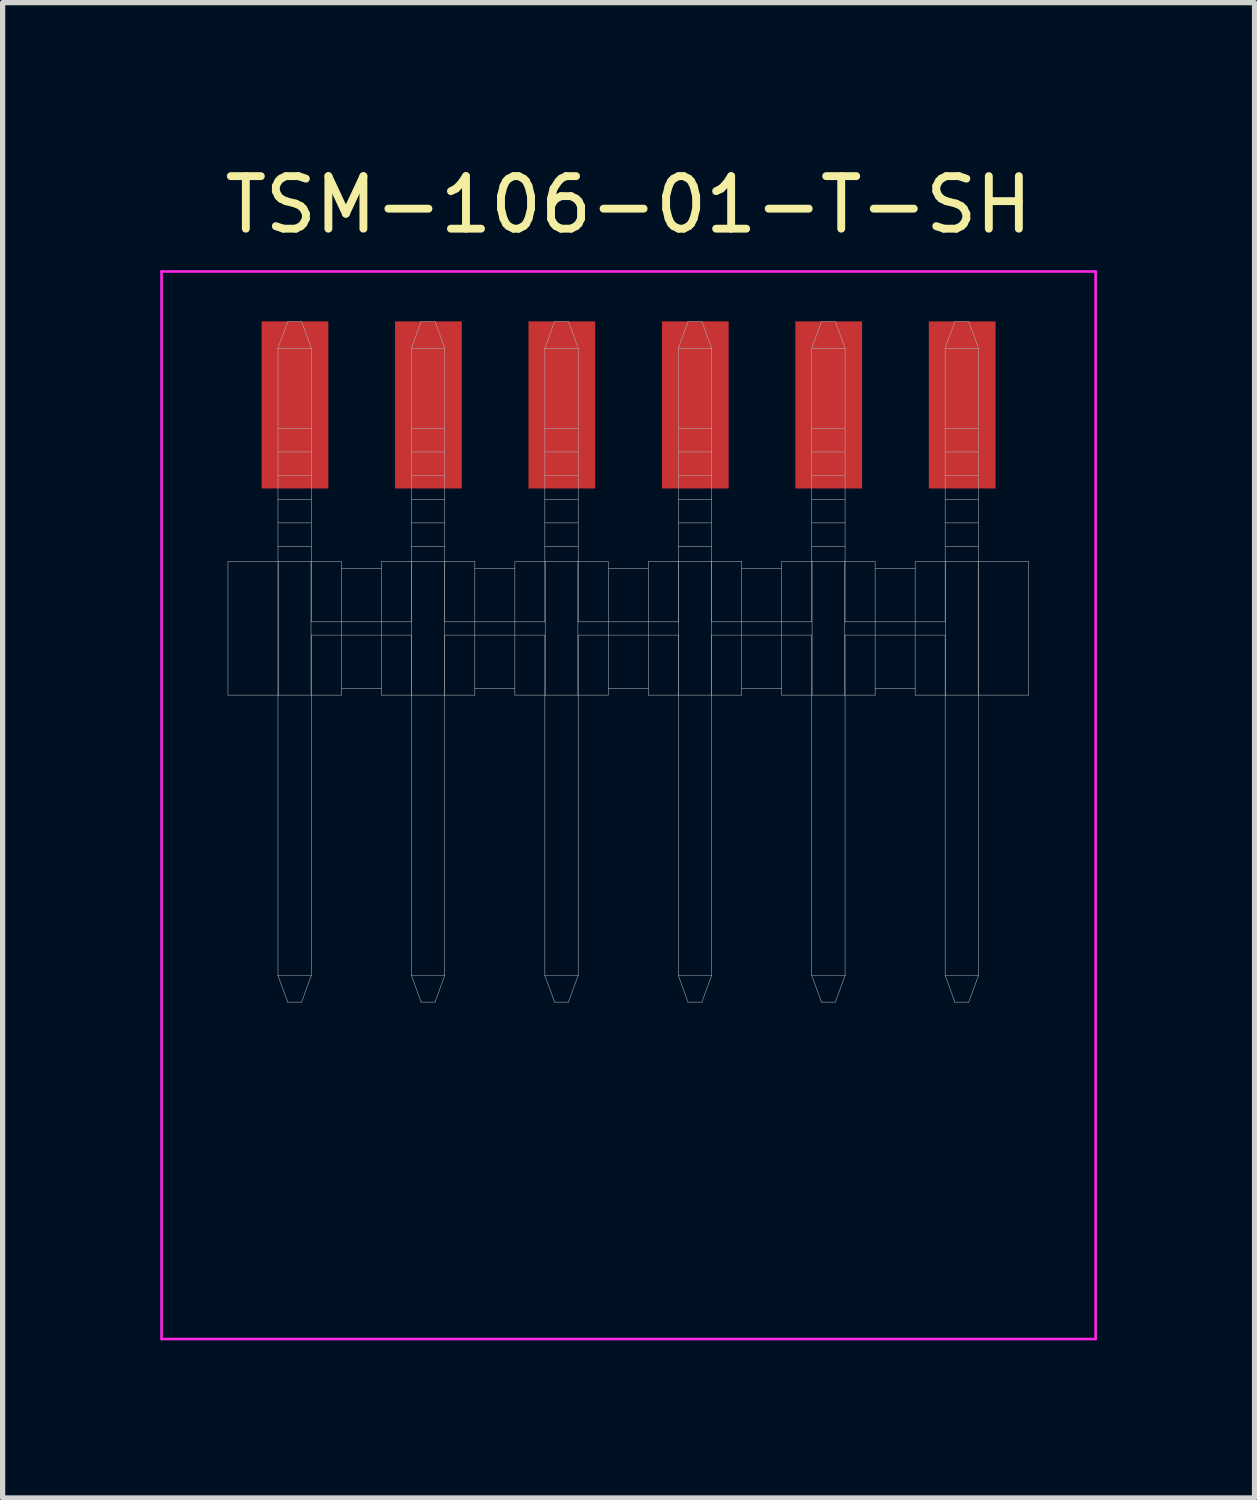
<source format=kicad_pcb>
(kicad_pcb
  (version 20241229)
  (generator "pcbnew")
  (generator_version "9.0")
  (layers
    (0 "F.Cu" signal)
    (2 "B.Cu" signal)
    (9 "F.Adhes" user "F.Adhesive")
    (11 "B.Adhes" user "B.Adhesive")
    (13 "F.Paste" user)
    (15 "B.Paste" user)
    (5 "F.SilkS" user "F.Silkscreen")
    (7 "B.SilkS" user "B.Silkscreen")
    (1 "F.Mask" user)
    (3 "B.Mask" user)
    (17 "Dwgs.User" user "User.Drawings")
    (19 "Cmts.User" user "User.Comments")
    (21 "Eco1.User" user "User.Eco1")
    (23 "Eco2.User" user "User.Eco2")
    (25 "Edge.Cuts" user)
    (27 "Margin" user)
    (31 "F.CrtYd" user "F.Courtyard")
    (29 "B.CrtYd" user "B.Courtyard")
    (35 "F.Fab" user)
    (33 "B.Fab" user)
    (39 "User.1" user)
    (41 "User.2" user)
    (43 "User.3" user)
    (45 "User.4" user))
  (footprint "TSM-106-01-T-SH"
    (layer "F.Cu")
    (at 8.915 4.658)
    (property "Reference" "TSM-106-01-T-SH" (at 0 -3.81 0) (layer "F.SilkS") (effects (font (size 1 1) (thickness 0.15))))
    (attr smd)
    (fp_line (start -8.89 -2.54) (end 8.89 -2.54) (stroke (width 0.05) (type solid)) (layer "F.CrtYd"))
    (fp_line (start -8.89 17.78) (end -8.89 -2.54) (stroke (width 0.05) (type solid)) (layer "F.CrtYd"))
    (fp_line (start 8.89 -2.54) (end 8.89 17.78) (stroke (width 0.05) (type solid)) (layer "F.CrtYd"))
    (fp_line (start 8.89 17.78) (end -8.89 17.78) (stroke (width 0.05) (type solid)) (layer "F.CrtYd"))
    (fp_line (start -7.626 5.524) (end -7.626 2.985) (stroke (width 0.01) (type solid)) (layer "F.Fab"))
    (fp_line (start -6.674 -1.079) (end -6.674 2.985) (stroke (width 0.01) (type solid)) (layer "F.Fab"))
    (fp_line (start -6.674 2.985) (end -6.674 5.524) (stroke (width 0.01) (type solid)) (layer "F.Fab"))
    (fp_line (start -6.674 5.524) (end -6.674 10.858) (stroke (width 0.01) (type solid)) (layer "F.Fab"))
    (fp_line (start -6.668 5.524) (end -6.668 2.985) (stroke (width 0.01) (type solid)) (layer "F.Fab"))
    (fp_line (start -6.489 -1.587) (end -6.674 -1.079) (stroke (width 0.01) (type solid)) (layer "F.Fab"))
    (fp_line (start -6.489 11.367) (end -6.674 10.858) (stroke (width 0.01) (type solid)) (layer "F.Fab"))
    (fp_line (start -6.224 -1.587) (end -6.489 -1.587) (stroke (width 0.01) (type solid)) (layer "F.Fab"))
    (fp_line (start -6.224 -1.587) (end -6.039 -1.079) (stroke (width 0.01) (type solid)) (layer "F.Fab"))
    (fp_line (start -6.224 11.367) (end -6.489 11.367) (stroke (width 0.01) (type solid)) (layer "F.Fab"))
    (fp_line (start -6.224 11.367) (end -6.039 10.858) (stroke (width 0.01) (type solid)) (layer "F.Fab"))
    (fp_line (start -6.045 5.524) (end -6.045 2.985) (stroke (width 0.01) (type solid)) (layer "F.Fab"))
    (fp_line (start -6.039 -1.079) (end -6.674 -1.079) (stroke (width 0.01) (type solid)) (layer "F.Fab"))
    (fp_line (start -6.039 0.445) (end -6.674 0.445) (stroke (width 0.01) (type solid)) (layer "F.Fab"))
    (fp_line (start -6.039 0.894) (end -6.674 0.894) (stroke (width 0.01) (type solid)) (layer "F.Fab"))
    (fp_line (start -6.039 1.343) (end -6.674 1.343) (stroke (width 0.01) (type solid)) (layer "F.Fab"))
    (fp_line (start -6.039 1.796) (end -6.674 1.796) (stroke (width 0.01) (type solid)) (layer "F.Fab"))
    (fp_line (start -6.039 2.245) (end -6.674 2.245) (stroke (width 0.01) (type solid)) (layer "F.Fab"))
    (fp_line (start -6.039 2.694) (end -6.674 2.694) (stroke (width 0.01) (type solid)) (layer "F.Fab"))
    (fp_line (start -6.039 2.985) (end -6.039 -1.079) (stroke (width 0.01) (type solid)) (layer "F.Fab"))
    (fp_line (start -6.039 4.128) (end -6.039 2.985) (stroke (width 0.01) (type solid)) (layer "F.Fab"))
    (fp_line (start -6.039 4.381) (end -4.134 4.381) (stroke (width 0.01) (type solid)) (layer "F.Fab"))
    (fp_line (start -6.039 5.524) (end -6.039 4.381) (stroke (width 0.01) (type solid)) (layer "F.Fab"))
    (fp_line (start -6.039 10.858) (end -6.674 10.858) (stroke (width 0.01) (type solid)) (layer "F.Fab"))
    (fp_line (start -6.039 10.858) (end -6.039 5.524) (stroke (width 0.01) (type solid)) (layer "F.Fab"))
    (fp_line (start -5.467 2.985) (end -7.626 2.985) (stroke (width 0.01) (type solid)) (layer "F.Fab"))
    (fp_line (start -5.467 2.985) (end -5.467 5.524) (stroke (width 0.01) (type solid)) (layer "F.Fab"))
    (fp_line (start -5.467 5.397) (end -4.705 5.397) (stroke (width 0.01) (type solid)) (layer "F.Fab"))
    (fp_line (start -5.467 5.524) (end -7.626 5.524) (stroke (width 0.01) (type solid)) (layer "F.Fab"))
    (fp_line (start -4.705 3.111) (end -5.467 3.111) (stroke (width 0.01) (type solid)) (layer "F.Fab"))
    (fp_line (start -4.705 5.524) (end -4.705 2.985) (stroke (width 0.01) (type solid)) (layer "F.Fab"))
    (fp_line (start -4.134 -1.079) (end -4.134 2.985) (stroke (width 0.01) (type solid)) (layer "F.Fab"))
    (fp_line (start -4.134 2.985) (end -4.134 4.128) (stroke (width 0.01) (type solid)) (layer "F.Fab"))
    (fp_line (start -4.134 4.128) (end -6.039 4.128) (stroke (width 0.01) (type solid)) (layer "F.Fab"))
    (fp_line (start -4.134 4.381) (end -4.134 5.524) (stroke (width 0.01) (type solid)) (layer "F.Fab"))
    (fp_line (start -4.134 5.524) (end -4.134 10.858) (stroke (width 0.01) (type solid)) (layer "F.Fab"))
    (fp_line (start -4.128 5.524) (end -4.128 2.985) (stroke (width 0.01) (type solid)) (layer "F.Fab"))
    (fp_line (start -3.949 -1.587) (end -4.134 -1.079) (stroke (width 0.01) (type solid)) (layer "F.Fab"))
    (fp_line (start -3.949 11.367) (end -4.134 10.858) (stroke (width 0.01) (type solid)) (layer "F.Fab"))
    (fp_line (start -3.684 -1.587) (end -3.949 -1.587) (stroke (width 0.01) (type solid)) (layer "F.Fab"))
    (fp_line (start -3.684 -1.587) (end -3.499 -1.079) (stroke (width 0.01) (type solid)) (layer "F.Fab"))
    (fp_line (start -3.684 11.367) (end -3.949 11.367) (stroke (width 0.01) (type solid)) (layer "F.Fab"))
    (fp_line (start -3.684 11.367) (end -3.499 10.858) (stroke (width 0.01) (type solid)) (layer "F.Fab"))
    (fp_line (start -3.505 5.524) (end -3.505 2.985) (stroke (width 0.01) (type solid)) (layer "F.Fab"))
    (fp_line (start -3.499 -1.079) (end -4.134 -1.079) (stroke (width 0.01) (type solid)) (layer "F.Fab"))
    (fp_line (start -3.499 0.445) (end -4.134 0.445) (stroke (width 0.01) (type solid)) (layer "F.Fab"))
    (fp_line (start -3.499 0.894) (end -4.134 0.894) (stroke (width 0.01) (type solid)) (layer "F.Fab"))
    (fp_line (start -3.499 1.343) (end -4.134 1.343) (stroke (width 0.01) (type solid)) (layer "F.Fab"))
    (fp_line (start -3.499 1.796) (end -4.134 1.796) (stroke (width 0.01) (type solid)) (layer "F.Fab"))
    (fp_line (start -3.499 2.245) (end -4.134 2.245) (stroke (width 0.01) (type solid)) (layer "F.Fab"))
    (fp_line (start -3.499 2.694) (end -4.134 2.694) (stroke (width 0.01) (type solid)) (layer "F.Fab"))
    (fp_line (start -3.499 2.985) (end -3.499 -1.079) (stroke (width 0.01) (type solid)) (layer "F.Fab"))
    (fp_line (start -3.499 4.128) (end -3.499 2.985) (stroke (width 0.01) (type solid)) (layer "F.Fab"))
    (fp_line (start -3.499 4.381) (end -1.594 4.381) (stroke (width 0.01) (type solid)) (layer "F.Fab"))
    (fp_line (start -3.499 5.524) (end -3.499 4.381) (stroke (width 0.01) (type solid)) (layer "F.Fab"))
    (fp_line (start -3.499 10.858) (end -4.134 10.858) (stroke (width 0.01) (type solid)) (layer "F.Fab"))
    (fp_line (start -3.499 10.858) (end -3.499 5.524) (stroke (width 0.01) (type solid)) (layer "F.Fab"))
    (fp_line (start -2.927 2.985) (end -4.705 2.985) (stroke (width 0.01) (type solid)) (layer "F.Fab"))
    (fp_line (start -2.927 2.985) (end -2.927 5.524) (stroke (width 0.01) (type solid)) (layer "F.Fab"))
    (fp_line (start -2.927 5.397) (end -2.165 5.397) (stroke (width 0.01) (type solid)) (layer "F.Fab"))
    (fp_line (start -2.927 5.524) (end -4.705 5.524) (stroke (width 0.01) (type solid)) (layer "F.Fab"))
    (fp_line (start -2.165 3.111) (end -2.927 3.111) (stroke (width 0.01) (type solid)) (layer "F.Fab"))
    (fp_line (start -2.165 5.524) (end -2.165 2.985) (stroke (width 0.01) (type solid)) (layer "F.Fab"))
    (fp_line (start -1.594 -1.079) (end -1.594 2.985) (stroke (width 0.01) (type solid)) (layer "F.Fab"))
    (fp_line (start -1.594 2.985) (end -1.594 4.128) (stroke (width 0.01) (type solid)) (layer "F.Fab"))
    (fp_line (start -1.594 4.128) (end -3.499 4.128) (stroke (width 0.01) (type solid)) (layer "F.Fab"))
    (fp_line (start -1.594 4.381) (end -1.594 5.524) (stroke (width 0.01) (type solid)) (layer "F.Fab"))
    (fp_line (start -1.594 5.524) (end -1.594 10.858) (stroke (width 0.01) (type solid)) (layer "F.Fab"))
    (fp_line (start -1.587 5.524) (end -1.587 2.985) (stroke (width 0.01) (type solid)) (layer "F.Fab"))
    (fp_line (start -1.409 -1.587) (end -1.594 -1.079) (stroke (width 0.01) (type solid)) (layer "F.Fab"))
    (fp_line (start -1.409 11.367) (end -1.594 10.858) (stroke (width 0.01) (type solid)) (layer "F.Fab"))
    (fp_line (start -1.144 -1.587) (end -1.409 -1.587) (stroke (width 0.01) (type solid)) (layer "F.Fab"))
    (fp_line (start -1.144 -1.587) (end -0.959 -1.079) (stroke (width 0.01) (type solid)) (layer "F.Fab"))
    (fp_line (start -1.144 11.367) (end -1.409 11.367) (stroke (width 0.01) (type solid)) (layer "F.Fab"))
    (fp_line (start -1.144 11.367) (end -0.959 10.858) (stroke (width 0.01) (type solid)) (layer "F.Fab"))
    (fp_line (start -0.965 5.524) (end -0.965 2.985) (stroke (width 0.01) (type solid)) (layer "F.Fab"))
    (fp_line (start -0.959 -1.079) (end -1.594 -1.079) (stroke (width 0.01) (type solid)) (layer "F.Fab"))
    (fp_line (start -0.959 0.445) (end -1.594 0.445) (stroke (width 0.01) (type solid)) (layer "F.Fab"))
    (fp_line (start -0.959 0.894) (end -1.594 0.894) (stroke (width 0.01) (type solid)) (layer "F.Fab"))
    (fp_line (start -0.959 1.343) (end -1.594 1.343) (stroke (width 0.01) (type solid)) (layer "F.Fab"))
    (fp_line (start -0.959 1.796) (end -1.594 1.796) (stroke (width 0.01) (type solid)) (layer "F.Fab"))
    (fp_line (start -0.959 2.245) (end -1.594 2.245) (stroke (width 0.01) (type solid)) (layer "F.Fab"))
    (fp_line (start -0.959 2.694) (end -1.594 2.694) (stroke (width 0.01) (type solid)) (layer "F.Fab"))
    (fp_line (start -0.959 2.985) (end -0.959 -1.079) (stroke (width 0.01) (type solid)) (layer "F.Fab"))
    (fp_line (start -0.959 4.128) (end -0.959 2.985) (stroke (width 0.01) (type solid)) (layer "F.Fab"))
    (fp_line (start -0.959 4.381) (end 0.946 4.381) (stroke (width 0.01) (type solid)) (layer "F.Fab"))
    (fp_line (start -0.959 5.524) (end -0.959 4.381) (stroke (width 0.01) (type solid)) (layer "F.Fab"))
    (fp_line (start -0.959 10.858) (end -1.594 10.858) (stroke (width 0.01) (type solid)) (layer "F.Fab"))
    (fp_line (start -0.959 10.858) (end -0.959 5.524) (stroke (width 0.01) (type solid)) (layer "F.Fab"))
    (fp_line (start -0.387 2.985) (end -2.165 2.985) (stroke (width 0.01) (type solid)) (layer "F.Fab"))
    (fp_line (start -0.387 2.985) (end -0.387 5.524) (stroke (width 0.01) (type solid)) (layer "F.Fab"))
    (fp_line (start -0.387 5.397) (end 0.375 5.397) (stroke (width 0.01) (type solid)) (layer "F.Fab"))
    (fp_line (start -0.387 5.524) (end -2.165 5.524) (stroke (width 0.01) (type solid)) (layer "F.Fab"))
    (fp_line (start 0.375 3.111) (end -0.387 3.111) (stroke (width 0.01) (type solid)) (layer "F.Fab"))
    (fp_line (start 0.375 5.524) (end 0.375 2.985) (stroke (width 0.01) (type solid)) (layer "F.Fab"))
    (fp_line (start 0.946 -1.079) (end 0.946 2.985) (stroke (width 0.01) (type solid)) (layer "F.Fab"))
    (fp_line (start 0.946 2.985) (end 0.946 4.128) (stroke (width 0.01) (type solid)) (layer "F.Fab"))
    (fp_line (start 0.946 4.128) (end -0.959 4.128) (stroke (width 0.01) (type solid)) (layer "F.Fab"))
    (fp_line (start 0.946 4.381) (end 0.946 5.524) (stroke (width 0.01) (type solid)) (layer "F.Fab"))
    (fp_line (start 0.946 5.524) (end 0.946 10.858) (stroke (width 0.01) (type solid)) (layer "F.Fab"))
    (fp_line (start 0.953 5.524) (end 0.953 2.985) (stroke (width 0.01) (type solid)) (layer "F.Fab"))
    (fp_line (start 1.131 -1.587) (end 0.946 -1.079) (stroke (width 0.01) (type solid)) (layer "F.Fab"))
    (fp_line (start 1.131 11.367) (end 0.946 10.858) (stroke (width 0.01) (type solid)) (layer "F.Fab"))
    (fp_line (start 1.396 -1.587) (end 1.131 -1.587) (stroke (width 0.01) (type solid)) (layer "F.Fab"))
    (fp_line (start 1.396 -1.587) (end 1.581 -1.079) (stroke (width 0.01) (type solid)) (layer "F.Fab"))
    (fp_line (start 1.396 11.367) (end 1.131 11.367) (stroke (width 0.01) (type solid)) (layer "F.Fab"))
    (fp_line (start 1.396 11.367) (end 1.581 10.858) (stroke (width 0.01) (type solid)) (layer "F.Fab"))
    (fp_line (start 1.575 5.524) (end 1.575 2.985) (stroke (width 0.01) (type solid)) (layer "F.Fab"))
    (fp_line (start 1.581 -1.079) (end 0.946 -1.079) (stroke (width 0.01) (type solid)) (layer "F.Fab"))
    (fp_line (start 1.581 0.445) (end 0.946 0.445) (stroke (width 0.01) (type solid)) (layer "F.Fab"))
    (fp_line (start 1.581 0.894) (end 0.946 0.894) (stroke (width 0.01) (type solid)) (layer "F.Fab"))
    (fp_line (start 1.581 1.343) (end 0.946 1.343) (stroke (width 0.01) (type solid)) (layer "F.Fab"))
    (fp_line (start 1.581 1.796) (end 0.946 1.796) (stroke (width 0.01) (type solid)) (layer "F.Fab"))
    (fp_line (start 1.581 2.245) (end 0.946 2.245) (stroke (width 0.01) (type solid)) (layer "F.Fab"))
    (fp_line (start 1.581 2.694) (end 0.946 2.694) (stroke (width 0.01) (type solid)) (layer "F.Fab"))
    (fp_line (start 1.581 2.985) (end 1.581 -1.079) (stroke (width 0.01) (type solid)) (layer "F.Fab"))
    (fp_line (start 1.581 4.128) (end 1.581 2.985) (stroke (width 0.01) (type solid)) (layer "F.Fab"))
    (fp_line (start 1.581 4.381) (end 3.486 4.381) (stroke (width 0.01) (type solid)) (layer "F.Fab"))
    (fp_line (start 1.581 5.524) (end 1.581 4.381) (stroke (width 0.01) (type solid)) (layer "F.Fab"))
    (fp_line (start 1.581 10.858) (end 0.946 10.858) (stroke (width 0.01) (type solid)) (layer "F.Fab"))
    (fp_line (start 1.581 10.858) (end 1.581 5.524) (stroke (width 0.01) (type solid)) (layer "F.Fab"))
    (fp_line (start 2.153 2.985) (end 0.375 2.985) (stroke (width 0.01) (type solid)) (layer "F.Fab"))
    (fp_line (start 2.153 2.985) (end 2.153 5.524) (stroke (width 0.01) (type solid)) (layer "F.Fab"))
    (fp_line (start 2.153 5.397) (end 2.915 5.397) (stroke (width 0.01) (type solid)) (layer "F.Fab"))
    (fp_line (start 2.153 5.524) (end 0.375 5.524) (stroke (width 0.01) (type solid)) (layer "F.Fab"))
    (fp_line (start 2.915 3.111) (end 2.153 3.111) (stroke (width 0.01) (type solid)) (layer "F.Fab"))
    (fp_line (start 2.915 5.524) (end 2.915 2.985) (stroke (width 0.01) (type solid)) (layer "F.Fab"))
    (fp_line (start 3.486 -1.079) (end 3.486 2.985) (stroke (width 0.01) (type solid)) (layer "F.Fab"))
    (fp_line (start 3.486 2.985) (end 3.486 4.128) (stroke (width 0.01) (type solid)) (layer "F.Fab"))
    (fp_line (start 3.486 4.128) (end 1.581 4.128) (stroke (width 0.01) (type solid)) (layer "F.Fab"))
    (fp_line (start 3.486 4.381) (end 3.486 5.524) (stroke (width 0.01) (type solid)) (layer "F.Fab"))
    (fp_line (start 3.486 5.524) (end 3.486 10.858) (stroke (width 0.01) (type solid)) (layer "F.Fab"))
    (fp_line (start 3.493 5.524) (end 3.493 2.985) (stroke (width 0.01) (type solid)) (layer "F.Fab"))
    (fp_line (start 3.671 -1.587) (end 3.486 -1.079) (stroke (width 0.01) (type solid)) (layer "F.Fab"))
    (fp_line (start 3.671 11.367) (end 3.486 10.858) (stroke (width 0.01) (type solid)) (layer "F.Fab"))
    (fp_line (start 3.936 -1.587) (end 3.671 -1.587) (stroke (width 0.01) (type solid)) (layer "F.Fab"))
    (fp_line (start 3.936 -1.587) (end 4.121 -1.079) (stroke (width 0.01) (type solid)) (layer "F.Fab"))
    (fp_line (start 3.936 11.367) (end 3.671 11.367) (stroke (width 0.01) (type solid)) (layer "F.Fab"))
    (fp_line (start 3.936 11.367) (end 4.121 10.858) (stroke (width 0.01) (type solid)) (layer "F.Fab"))
    (fp_line (start 4.115 5.524) (end 4.115 2.985) (stroke (width 0.01) (type solid)) (layer "F.Fab"))
    (fp_line (start 4.121 -1.079) (end 3.486 -1.079) (stroke (width 0.01) (type solid)) (layer "F.Fab"))
    (fp_line (start 4.121 0.445) (end 3.486 0.445) (stroke (width 0.01) (type solid)) (layer "F.Fab"))
    (fp_line (start 4.121 0.894) (end 3.486 0.894) (stroke (width 0.01) (type solid)) (layer "F.Fab"))
    (fp_line (start 4.121 1.343) (end 3.486 1.343) (stroke (width 0.01) (type solid)) (layer "F.Fab"))
    (fp_line (start 4.121 1.796) (end 3.486 1.796) (stroke (width 0.01) (type solid)) (layer "F.Fab"))
    (fp_line (start 4.121 2.245) (end 3.486 2.245) (stroke (width 0.01) (type solid)) (layer "F.Fab"))
    (fp_line (start 4.121 2.694) (end 3.486 2.694) (stroke (width 0.01) (type solid)) (layer "F.Fab"))
    (fp_line (start 4.121 2.985) (end 4.121 -1.079) (stroke (width 0.01) (type solid)) (layer "F.Fab"))
    (fp_line (start 4.121 4.128) (end 4.121 2.985) (stroke (width 0.01) (type solid)) (layer "F.Fab"))
    (fp_line (start 4.121 4.381) (end 6.026 4.381) (stroke (width 0.01) (type solid)) (layer "F.Fab"))
    (fp_line (start 4.121 5.524) (end 4.121 4.381) (stroke (width 0.01) (type solid)) (layer "F.Fab"))
    (fp_line (start 4.121 10.858) (end 3.486 10.858) (stroke (width 0.01) (type solid)) (layer "F.Fab"))
    (fp_line (start 4.121 10.858) (end 4.121 5.524) (stroke (width 0.01) (type solid)) (layer "F.Fab"))
    (fp_line (start 4.693 2.985) (end 2.915 2.985) (stroke (width 0.01) (type solid)) (layer "F.Fab"))
    (fp_line (start 4.693 2.985) (end 4.693 5.524) (stroke (width 0.01) (type solid)) (layer "F.Fab"))
    (fp_line (start 4.693 5.397) (end 5.455 5.397) (stroke (width 0.01) (type solid)) (layer "F.Fab"))
    (fp_line (start 4.693 5.524) (end 2.915 5.524) (stroke (width 0.01) (type solid)) (layer "F.Fab"))
    (fp_line (start 5.455 3.111) (end 4.693 3.111) (stroke (width 0.01) (type solid)) (layer "F.Fab"))
    (fp_line (start 5.455 5.524) (end 5.455 2.985) (stroke (width 0.01) (type solid)) (layer "F.Fab"))
    (fp_line (start 6.026 -1.079) (end 6.026 2.985) (stroke (width 0.01) (type solid)) (layer "F.Fab"))
    (fp_line (start 6.026 2.985) (end 6.026 4.128) (stroke (width 0.01) (type solid)) (layer "F.Fab"))
    (fp_line (start 6.026 4.128) (end 4.121 4.128) (stroke (width 0.01) (type solid)) (layer "F.Fab"))
    (fp_line (start 6.026 4.381) (end 6.026 5.524) (stroke (width 0.01) (type solid)) (layer "F.Fab"))
    (fp_line (start 6.026 5.524) (end 6.026 10.858) (stroke (width 0.01) (type solid)) (layer "F.Fab"))
    (fp_line (start 6.032 5.524) (end 6.032 2.985) (stroke (width 0.01) (type solid)) (layer "F.Fab"))
    (fp_line (start 6.211 -1.587) (end 6.026 -1.079) (stroke (width 0.01) (type solid)) (layer "F.Fab"))
    (fp_line (start 6.211 11.367) (end 6.026 10.858) (stroke (width 0.01) (type solid)) (layer "F.Fab"))
    (fp_line (start 6.476 -1.587) (end 6.211 -1.587) (stroke (width 0.01) (type solid)) (layer "F.Fab"))
    (fp_line (start 6.476 -1.587) (end 6.661 -1.079) (stroke (width 0.01) (type solid)) (layer "F.Fab"))
    (fp_line (start 6.476 11.367) (end 6.211 11.367) (stroke (width 0.01) (type solid)) (layer "F.Fab"))
    (fp_line (start 6.476 11.367) (end 6.661 10.858) (stroke (width 0.01) (type solid)) (layer "F.Fab"))
    (fp_line (start 6.655 5.524) (end 6.655 2.985) (stroke (width 0.01) (type solid)) (layer "F.Fab"))
    (fp_line (start 6.661 -1.079) (end 6.026 -1.079) (stroke (width 0.01) (type solid)) (layer "F.Fab"))
    (fp_line (start 6.661 -1.079) (end 6.661 2.985) (stroke (width 0.01) (type solid)) (layer "F.Fab"))
    (fp_line (start 6.661 0.445) (end 6.026 0.445) (stroke (width 0.01) (type solid)) (layer "F.Fab"))
    (fp_line (start 6.661 0.894) (end 6.026 0.894) (stroke (width 0.01) (type solid)) (layer "F.Fab"))
    (fp_line (start 6.661 1.343) (end 6.026 1.343) (stroke (width 0.01) (type solid)) (layer "F.Fab"))
    (fp_line (start 6.661 1.796) (end 6.026 1.796) (stroke (width 0.01) (type solid)) (layer "F.Fab"))
    (fp_line (start 6.661 2.245) (end 6.026 2.245) (stroke (width 0.01) (type solid)) (layer "F.Fab"))
    (fp_line (start 6.661 2.694) (end 6.026 2.694) (stroke (width 0.01) (type solid)) (layer "F.Fab"))
    (fp_line (start 6.661 2.985) (end 6.661 5.524) (stroke (width 0.01) (type solid)) (layer "F.Fab"))
    (fp_line (start 6.661 5.524) (end 6.661 10.858) (stroke (width 0.01) (type solid)) (layer "F.Fab"))
    (fp_line (start 6.661 10.858) (end 6.026 10.858) (stroke (width 0.01) (type solid)) (layer "F.Fab"))
    (fp_line (start 7.614 2.985) (end 5.455 2.985) (stroke (width 0.01) (type solid)) (layer "F.Fab"))
    (fp_line (start 7.614 5.524) (end 5.455 5.524) (stroke (width 0.01) (type solid)) (layer "F.Fab"))
    (fp_line (start 7.614 5.524) (end 7.614 2.985) (stroke (width 0.01) (type solid)) (layer "F.Fab"))
    (pad "1" smd rect (at -6.35 0) (size 1.27 3.18) (layers "F.Cu" "F.Mask" "F.Paste"))
    (pad "2" smd rect (at -3.81 0) (size 1.27 3.18) (layers "F.Cu" "F.Mask" "F.Paste"))
    (pad "3" smd rect (at -1.27 0) (size 1.27 3.18) (layers "F.Cu" "F.Mask" "F.Paste"))
    (pad "4" smd rect (at 1.27 0) (size 1.27 3.18) (layers "F.Cu" "F.Mask" "F.Paste"))
    (pad "5" smd rect (at 3.81 0) (size 1.27 3.18) (layers "F.Cu" "F.Mask" "F.Paste"))
    (pad "6" smd rect (at 6.35 0) (size 1.27 3.18) (layers "F.Cu" "F.Mask" "F.Paste")))
  (gr_rect
    (start -3 -3)
    (end 20.83 25.463)
    (stroke (width 0.1) (type default))
    (fill no)
    (layer "Edge.Cuts")))
</source>
